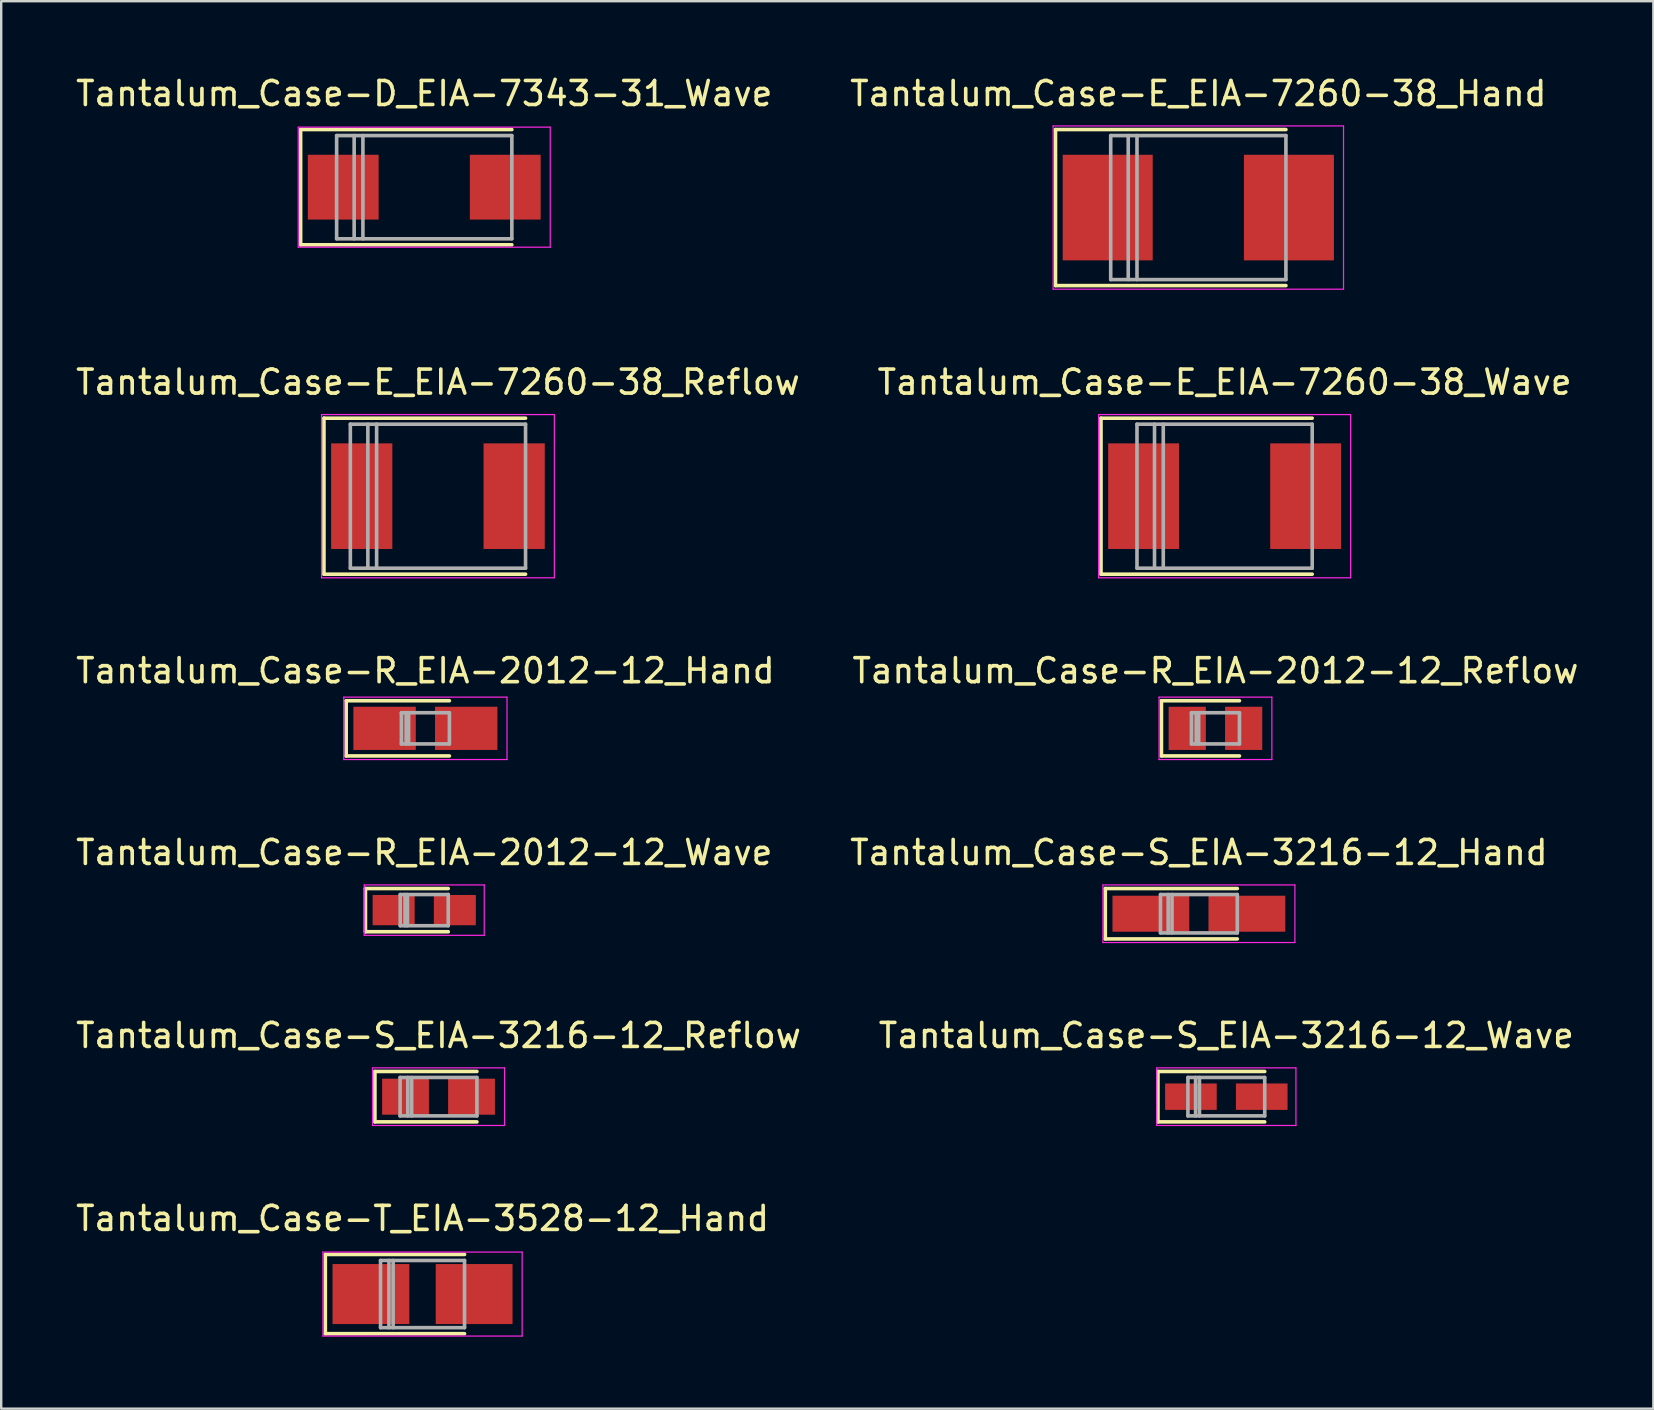
<source format=kicad_pcb>
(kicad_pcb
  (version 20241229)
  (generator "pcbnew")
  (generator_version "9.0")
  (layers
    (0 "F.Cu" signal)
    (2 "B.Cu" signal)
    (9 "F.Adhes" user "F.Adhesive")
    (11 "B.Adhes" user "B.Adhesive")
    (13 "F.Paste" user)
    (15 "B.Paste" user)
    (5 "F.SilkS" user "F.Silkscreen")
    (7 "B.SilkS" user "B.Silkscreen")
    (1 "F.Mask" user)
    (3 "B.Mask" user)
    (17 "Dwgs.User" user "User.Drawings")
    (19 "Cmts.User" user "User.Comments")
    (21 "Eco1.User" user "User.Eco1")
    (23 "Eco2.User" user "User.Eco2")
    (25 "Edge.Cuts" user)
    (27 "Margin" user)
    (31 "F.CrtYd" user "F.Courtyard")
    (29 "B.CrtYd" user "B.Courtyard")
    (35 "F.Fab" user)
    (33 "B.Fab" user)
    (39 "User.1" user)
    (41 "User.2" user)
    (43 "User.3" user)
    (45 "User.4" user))
  (footprint "Tantalum_Case-R_EIA-2012-12_Wave"
    (layer "F.Cu")
    (at 14.625 34.868)
    (property "Reference" "Tantalum_Case-R_EIA-2012-12_Wave" (at 0 -2.4 0) (layer "F.SilkS") (effects (font (size 1 1) (thickness 0.15))))
    (attr smd)
    (fp_line (start -2.45 -0.9) (end -2.45 0.9) (stroke (width 0.15) (type solid)) (layer "F.SilkS"))
    (fp_line (start -2.45 -0.9) (end 1 -0.9) (stroke (width 0.15) (type solid)) (layer "F.SilkS"))
    (fp_line (start -2.45 0.9) (end 1 0.9) (stroke (width 0.15) (type solid)) (layer "F.SilkS"))
    (fp_line (start -2.5 -1.05) (end -2.5 1.05) (stroke (width 0.05) (type solid)) (layer "F.CrtYd"))
    (fp_line (start -2.5 1.05) (end 2.5 1.05) (stroke (width 0.05) (type solid)) (layer "F.CrtYd"))
    (fp_line (start 2.5 -1.05) (end -2.5 -1.05) (stroke (width 0.05) (type solid)) (layer "F.CrtYd"))
    (fp_line (start 2.5 1.05) (end 2.5 -1.05) (stroke (width 0.05) (type solid)) (layer "F.CrtYd"))
    (fp_line (start -1 -0.65) (end -1 0.65) (stroke (width 0.15) (type solid)) (layer "F.Fab"))
    (fp_line (start -1 0.65) (end 1 0.65) (stroke (width 0.15) (type solid)) (layer "F.Fab"))
    (fp_line (start -0.8 -0.65) (end -0.8 0.65) (stroke (width 0.15) (type solid)) (layer "F.Fab"))
    (fp_line (start -0.7 -0.65) (end -0.7 0.65) (stroke (width 0.15) (type solid)) (layer "F.Fab"))
    (fp_line (start 1 -0.65) (end -1 -0.65) (stroke (width 0.15) (type solid)) (layer "F.Fab"))
    (fp_line (start 1 0.65) (end 1 -0.65) (stroke (width 0.15) (type solid)) (layer "F.Fab"))
    (pad "1" smd rect (at -1.275 0) (size 1.75 1.26) (layers "F.Cu" "F.Mask" "F.Paste"))
    (pad "2" smd rect (at 1.275 0) (size 1.75 1.26) (layers "F.Cu" "F.Mask" "F.Paste")))
  (footprint "Tantalum_Case-D_EIA-7343-31_Wave"
    (layer "F.Cu")
    (at 14.625 4.748)
    (property "Reference" "Tantalum_Case-D_EIA-7343-31_Wave" (at 0 -3.9 0) (layer "F.SilkS") (effects (font (size 1 1) (thickness 0.15))))
    (attr smd)
    (fp_line (start -5.15 -2.4) (end -5.15 2.4) (stroke (width 0.15) (type solid)) (layer "F.SilkS"))
    (fp_line (start -5.15 -2.4) (end 3.65 -2.4) (stroke (width 0.15) (type solid)) (layer "F.SilkS"))
    (fp_line (start -5.15 2.4) (end 3.65 2.4) (stroke (width 0.15) (type solid)) (layer "F.SilkS"))
    (fp_line (start -5.25 -2.5) (end -5.25 2.5) (stroke (width 0.05) (type solid)) (layer "F.CrtYd"))
    (fp_line (start -5.25 2.5) (end 5.25 2.5) (stroke (width 0.05) (type solid)) (layer "F.CrtYd"))
    (fp_line (start 5.25 -2.5) (end -5.25 -2.5) (stroke (width 0.05) (type solid)) (layer "F.CrtYd"))
    (fp_line (start 5.25 2.5) (end 5.25 -2.5) (stroke (width 0.05) (type solid)) (layer "F.CrtYd"))
    (fp_line (start -3.65 -2.15) (end -3.65 2.15) (stroke (width 0.15) (type solid)) (layer "F.Fab"))
    (fp_line (start -3.65 2.15) (end 3.65 2.15) (stroke (width 0.15) (type solid)) (layer "F.Fab"))
    (fp_line (start -2.92 -2.15) (end -2.92 2.15) (stroke (width 0.15) (type solid)) (layer "F.Fab"))
    (fp_line (start -2.555 -2.15) (end -2.555 2.15) (stroke (width 0.15) (type solid)) (layer "F.Fab"))
    (fp_line (start 3.65 -2.15) (end -3.65 -2.15) (stroke (width 0.15) (type solid)) (layer "F.Fab"))
    (fp_line (start 3.65 2.15) (end 3.65 -2.15) (stroke (width 0.15) (type solid)) (layer "F.Fab"))
    (pad "1" smd rect (at -3.375 0) (size 2.95 2.7) (layers "F.Cu" "F.Mask" "F.Paste"))
    (pad "2" smd rect (at 3.375 0) (size 2.95 2.7) (layers "F.Cu" "F.Mask" "F.Paste")))
  (footprint "Tantalum_Case-E_EIA-7260-38_Hand"
    (layer "F.Cu")
    (at 46.875 5.598)
    (property "Reference" "Tantalum_Case-E_EIA-7260-38_Hand" (at 0 -4.75 0) (layer "F.SilkS") (effects (font (size 1 1) (thickness 0.15))))
    (attr smd)
    (fp_line (start -5.95 -3.25) (end -5.95 3.25) (stroke (width 0.15) (type solid)) (layer "F.SilkS"))
    (fp_line (start -5.95 -3.25) (end 3.65 -3.25) (stroke (width 0.15) (type solid)) (layer "F.SilkS"))
    (fp_line (start -5.95 3.25) (end 3.65 3.25) (stroke (width 0.15) (type solid)) (layer "F.SilkS"))
    (fp_line (start -6.05 -3.4) (end -6.05 3.4) (stroke (width 0.05) (type solid)) (layer "F.CrtYd"))
    (fp_line (start -6.05 3.4) (end 6.05 3.4) (stroke (width 0.05) (type solid)) (layer "F.CrtYd"))
    (fp_line (start 6.05 -3.4) (end -6.05 -3.4) (stroke (width 0.05) (type solid)) (layer "F.CrtYd"))
    (fp_line (start 6.05 3.4) (end 6.05 -3.4) (stroke (width 0.05) (type solid)) (layer "F.CrtYd"))
    (fp_line (start -3.65 -3) (end -3.65 3) (stroke (width 0.15) (type solid)) (layer "F.Fab"))
    (fp_line (start -3.65 3) (end 3.65 3) (stroke (width 0.15) (type solid)) (layer "F.Fab"))
    (fp_line (start -2.92 -3) (end -2.92 3) (stroke (width 0.15) (type solid)) (layer "F.Fab"))
    (fp_line (start -2.555 -3) (end -2.555 3) (stroke (width 0.15) (type solid)) (layer "F.Fab"))
    (fp_line (start 3.65 -3) (end -3.65 -3) (stroke (width 0.15) (type solid)) (layer "F.Fab"))
    (fp_line (start 3.65 3) (end 3.65 -3) (stroke (width 0.15) (type solid)) (layer "F.Fab"))
    (pad "1" smd rect (at -3.775 0) (size 3.75 4.4) (layers "F.Cu" "F.Mask" "F.Paste"))
    (pad "2" smd rect (at 3.775 0) (size 3.75 4.4) (layers "F.Cu" "F.Mask" "F.Paste")))
  (footprint "Tantalum_Case-S_EIA-3216-12_Reflow"
    (layer "F.Cu")
    (at 15.22 42.641)
    (property "Reference" "Tantalum_Case-S_EIA-3216-12_Reflow" (at 0 -2.55 0) (layer "F.SilkS") (effects (font (size 1 1) (thickness 0.15))))
    (attr smd)
    (fp_line (start -2.65 -1.05) (end -2.65 1.05) (stroke (width 0.15) (type solid)) (layer "F.SilkS"))
    (fp_line (start -2.65 -1.05) (end 1.6 -1.05) (stroke (width 0.15) (type solid)) (layer "F.SilkS"))
    (fp_line (start -2.65 1.05) (end 1.6 1.05) (stroke (width 0.15) (type solid)) (layer "F.SilkS"))
    (fp_line (start -2.75 -1.2) (end -2.75 1.2) (stroke (width 0.05) (type solid)) (layer "F.CrtYd"))
    (fp_line (start -2.75 1.2) (end 2.75 1.2) (stroke (width 0.05) (type solid)) (layer "F.CrtYd"))
    (fp_line (start 2.75 -1.2) (end -2.75 -1.2) (stroke (width 0.05) (type solid)) (layer "F.CrtYd"))
    (fp_line (start 2.75 1.2) (end 2.75 -1.2) (stroke (width 0.05) (type solid)) (layer "F.CrtYd"))
    (fp_line (start -1.6 -0.8) (end -1.6 0.8) (stroke (width 0.15) (type solid)) (layer "F.Fab"))
    (fp_line (start -1.6 0.8) (end 1.6 0.8) (stroke (width 0.15) (type solid)) (layer "F.Fab"))
    (fp_line (start -1.28 -0.8) (end -1.28 0.8) (stroke (width 0.15) (type solid)) (layer "F.Fab"))
    (fp_line (start -1.12 -0.8) (end -1.12 0.8) (stroke (width 0.15) (type solid)) (layer "F.Fab"))
    (fp_line (start 1.6 -0.8) (end -1.6 -0.8) (stroke (width 0.15) (type solid)) (layer "F.Fab"))
    (fp_line (start 1.6 0.8) (end 1.6 -0.8) (stroke (width 0.15) (type solid)) (layer "F.Fab"))
    (pad "1" smd rect (at -1.375 0) (size 1.95 1.5) (layers "F.Cu" "F.Mask" "F.Paste"))
    (pad "2" smd rect (at 1.375 0) (size 1.95 1.5) (layers "F.Cu" "F.Mask" "F.Paste")))
  (footprint "Tantalum_Case-S_EIA-3216-12_Wave"
    (layer "F.Cu")
    (at 48.042 42.641)
    (property "Reference" "Tantalum_Case-S_EIA-3216-12_Wave" (at 0 -2.55 0) (layer "F.SilkS") (effects (font (size 1 1) (thickness 0.15))))
    (attr smd)
    (fp_line (start -2.85 -1.05) (end -2.85 1.05) (stroke (width 0.15) (type solid)) (layer "F.SilkS"))
    (fp_line (start -2.85 -1.05) (end 1.6 -1.05) (stroke (width 0.15) (type solid)) (layer "F.SilkS"))
    (fp_line (start -2.85 1.05) (end 1.6 1.05) (stroke (width 0.15) (type solid)) (layer "F.SilkS"))
    (fp_line (start -2.9 -1.2) (end -2.9 1.2) (stroke (width 0.05) (type solid)) (layer "F.CrtYd"))
    (fp_line (start -2.9 1.2) (end 2.9 1.2) (stroke (width 0.05) (type solid)) (layer "F.CrtYd"))
    (fp_line (start 2.9 -1.2) (end -2.9 -1.2) (stroke (width 0.05) (type solid)) (layer "F.CrtYd"))
    (fp_line (start 2.9 1.2) (end 2.9 -1.2) (stroke (width 0.05) (type solid)) (layer "F.CrtYd"))
    (fp_line (start -1.6 -0.8) (end -1.6 0.8) (stroke (width 0.15) (type solid)) (layer "F.Fab"))
    (fp_line (start -1.6 0.8) (end 1.6 0.8) (stroke (width 0.15) (type solid)) (layer "F.Fab"))
    (fp_line (start -1.28 -0.8) (end -1.28 0.8) (stroke (width 0.15) (type solid)) (layer "F.Fab"))
    (fp_line (start -1.12 -0.8) (end -1.12 0.8) (stroke (width 0.15) (type solid)) (layer "F.Fab"))
    (fp_line (start 1.6 -0.8) (end -1.6 -0.8) (stroke (width 0.15) (type solid)) (layer "F.Fab"))
    (fp_line (start 1.6 0.8) (end 1.6 -0.8) (stroke (width 0.15) (type solid)) (layer "F.Fab"))
    (pad "1" smd rect (at -1.475 0) (size 2.15 1.1) (layers "F.Cu" "F.Mask" "F.Paste"))
    (pad "2" smd rect (at 1.475 0) (size 2.15 1.1) (layers "F.Cu" "F.Mask" "F.Paste")))
  (footprint "Tantalum_Case-T_EIA-3528-12_Hand"
    (layer "F.Cu")
    (at 14.554 50.864)
    (property "Reference" "Tantalum_Case-T_EIA-3528-12_Hand" (at 0 -3.15 0) (layer "F.SilkS") (effects (font (size 1 1) (thickness 0.15))))
    (attr smd)
    (fp_line (start -4.05 -1.65) (end -4.05 1.65) (stroke (width 0.15) (type solid)) (layer "F.SilkS"))
    (fp_line (start -4.05 -1.65) (end 1.75 -1.65) (stroke (width 0.15) (type solid)) (layer "F.SilkS"))
    (fp_line (start -4.05 1.65) (end 1.75 1.65) (stroke (width 0.15) (type solid)) (layer "F.SilkS"))
    (fp_line (start -4.15 -1.75) (end -4.15 1.75) (stroke (width 0.05) (type solid)) (layer "F.CrtYd"))
    (fp_line (start -4.15 1.75) (end 4.15 1.75) (stroke (width 0.05) (type solid)) (layer "F.CrtYd"))
    (fp_line (start 4.15 -1.75) (end -4.15 -1.75) (stroke (width 0.05) (type solid)) (layer "F.CrtYd"))
    (fp_line (start 4.15 1.75) (end 4.15 -1.75) (stroke (width 0.05) (type solid)) (layer "F.CrtYd"))
    (fp_line (start -1.75 -1.4) (end -1.75 1.4) (stroke (width 0.15) (type solid)) (layer "F.Fab"))
    (fp_line (start -1.75 1.4) (end 1.75 1.4) (stroke (width 0.15) (type solid)) (layer "F.Fab"))
    (fp_line (start -1.4 -1.4) (end -1.4 1.4) (stroke (width 0.15) (type solid)) (layer "F.Fab"))
    (fp_line (start -1.225 -1.4) (end -1.225 1.4) (stroke (width 0.15) (type solid)) (layer "F.Fab"))
    (fp_line (start 1.75 -1.4) (end -1.75 -1.4) (stroke (width 0.15) (type solid)) (layer "F.Fab"))
    (fp_line (start 1.75 1.4) (end 1.75 -1.4) (stroke (width 0.15) (type solid)) (layer "F.Fab"))
    (pad "1" smd rect (at -2.15 0) (size 3.2 2.5) (layers "F.Cu" "F.Mask" "F.Paste"))
    (pad "2" smd rect (at 2.15 0) (size 3.2 2.5) (layers "F.Cu" "F.Mask" "F.Paste")))
  (footprint "Tantalum_Case-E_EIA-7260-38_Reflow"
    (layer "F.Cu")
    (at 15.196 17.622)
    (property "Reference" "Tantalum_Case-E_EIA-7260-38_Reflow" (at 0 -4.75 0) (layer "F.SilkS") (effects (font (size 1 1) (thickness 0.15))))
    (attr smd)
    (fp_line (start -4.75 -3.25) (end -4.75 3.25) (stroke (width 0.15) (type solid)) (layer "F.SilkS"))
    (fp_line (start -4.75 -3.25) (end 3.65 -3.25) (stroke (width 0.15) (type solid)) (layer "F.SilkS"))
    (fp_line (start -4.75 3.25) (end 3.65 3.25) (stroke (width 0.15) (type solid)) (layer "F.SilkS"))
    (fp_line (start -4.85 -3.4) (end -4.85 3.4) (stroke (width 0.05) (type solid)) (layer "F.CrtYd"))
    (fp_line (start -4.85 3.4) (end 4.85 3.4) (stroke (width 0.05) (type solid)) (layer "F.CrtYd"))
    (fp_line (start 4.85 -3.4) (end -4.85 -3.4) (stroke (width 0.05) (type solid)) (layer "F.CrtYd"))
    (fp_line (start 4.85 3.4) (end 4.85 -3.4) (stroke (width 0.05) (type solid)) (layer "F.CrtYd"))
    (fp_line (start -3.65 -3) (end -3.65 3) (stroke (width 0.15) (type solid)) (layer "F.Fab"))
    (fp_line (start -3.65 3) (end 3.65 3) (stroke (width 0.15) (type solid)) (layer "F.Fab"))
    (fp_line (start -2.92 -3) (end -2.92 3) (stroke (width 0.15) (type solid)) (layer "F.Fab"))
    (fp_line (start -2.555 -3) (end -2.555 3) (stroke (width 0.15) (type solid)) (layer "F.Fab"))
    (fp_line (start 3.65 -3) (end -3.65 -3) (stroke (width 0.15) (type solid)) (layer "F.Fab"))
    (fp_line (start 3.65 3) (end 3.65 -3) (stroke (width 0.15) (type solid)) (layer "F.Fab"))
    (pad "1" smd rect (at -3.175 0) (size 2.55 4.4) (layers "F.Cu" "F.Mask" "F.Paste"))
    (pad "2" smd rect (at 3.175 0) (size 2.55 4.4) (layers "F.Cu" "F.Mask" "F.Paste")))
  (footprint "Tantalum_Case-R_EIA-2012-12_Hand"
    (layer "F.Cu")
    (at 14.673 27.295)
    (property "Reference" "Tantalum_Case-R_EIA-2012-12_Hand" (at 0 -2.4 0) (layer "F.SilkS") (effects (font (size 1 1) (thickness 0.15))))
    (attr smd)
    (fp_line (start -3.3 -1.15) (end -3.3 1.15) (stroke (width 0.15) (type solid)) (layer "F.SilkS"))
    (fp_line (start -3.3 -1.15) (end 1 -1.15) (stroke (width 0.15) (type solid)) (layer "F.SilkS"))
    (fp_line (start -3.3 1.15) (end 1 1.15) (stroke (width 0.15) (type solid)) (layer "F.SilkS"))
    (fp_line (start -3.4 -1.3) (end -3.4 1.3) (stroke (width 0.05) (type solid)) (layer "F.CrtYd"))
    (fp_line (start -3.4 1.3) (end 3.4 1.3) (stroke (width 0.05) (type solid)) (layer "F.CrtYd"))
    (fp_line (start 3.4 -1.3) (end -3.4 -1.3) (stroke (width 0.05) (type solid)) (layer "F.CrtYd"))
    (fp_line (start 3.4 1.3) (end 3.4 -1.3) (stroke (width 0.05) (type solid)) (layer "F.CrtYd"))
    (fp_line (start -1 -0.65) (end -1 0.65) (stroke (width 0.15) (type solid)) (layer "F.Fab"))
    (fp_line (start -1 0.65) (end 1 0.65) (stroke (width 0.15) (type solid)) (layer "F.Fab"))
    (fp_line (start -0.8 -0.65) (end -0.8 0.65) (stroke (width 0.15) (type solid)) (layer "F.Fab"))
    (fp_line (start -0.7 -0.65) (end -0.7 0.65) (stroke (width 0.15) (type solid)) (layer "F.Fab"))
    (fp_line (start 1 -0.65) (end -1 -0.65) (stroke (width 0.15) (type solid)) (layer "F.Fab"))
    (fp_line (start 1 0.65) (end 1 -0.65) (stroke (width 0.15) (type solid)) (layer "F.Fab"))
    (pad "1" smd rect (at -1.7 0) (size 2.6 1.8) (layers "F.Cu" "F.Mask" "F.Paste"))
    (pad "2" smd rect (at 1.7 0) (size 2.6 1.8) (layers "F.Cu" "F.Mask" "F.Paste")))
  (footprint "Tantalum_Case-R_EIA-2012-12_Reflow"
    (layer "F.Cu")
    (at 47.589 27.295)
    (property "Reference" "Tantalum_Case-R_EIA-2012-12_Reflow" (at 0 -2.4 0) (layer "F.SilkS") (effects (font (size 1 1) (thickness 0.15))))
    (attr smd)
    (fp_line (start -2.25 -1.15) (end -2.25 1.15) (stroke (width 0.15) (type solid)) (layer "F.SilkS"))
    (fp_line (start -2.25 -1.15) (end 1 -1.15) (stroke (width 0.15) (type solid)) (layer "F.SilkS"))
    (fp_line (start -2.25 1.15) (end 1 1.15) (stroke (width 0.15) (type solid)) (layer "F.SilkS"))
    (fp_line (start -2.35 -1.3) (end -2.35 1.3) (stroke (width 0.05) (type solid)) (layer "F.CrtYd"))
    (fp_line (start -2.35 1.3) (end 2.35 1.3) (stroke (width 0.05) (type solid)) (layer "F.CrtYd"))
    (fp_line (start 2.35 -1.3) (end -2.35 -1.3) (stroke (width 0.05) (type solid)) (layer "F.CrtYd"))
    (fp_line (start 2.35 1.3) (end 2.35 -1.3) (stroke (width 0.05) (type solid)) (layer "F.CrtYd"))
    (fp_line (start -1 -0.65) (end -1 0.65) (stroke (width 0.15) (type solid)) (layer "F.Fab"))
    (fp_line (start -1 0.65) (end 1 0.65) (stroke (width 0.15) (type solid)) (layer "F.Fab"))
    (fp_line (start -0.8 -0.65) (end -0.8 0.65) (stroke (width 0.15) (type solid)) (layer "F.Fab"))
    (fp_line (start -0.7 -0.65) (end -0.7 0.65) (stroke (width 0.15) (type solid)) (layer "F.Fab"))
    (fp_line (start 1 -0.65) (end -1 -0.65) (stroke (width 0.15) (type solid)) (layer "F.Fab"))
    (fp_line (start 1 0.65) (end 1 -0.65) (stroke (width 0.15) (type solid)) (layer "F.Fab"))
    (pad "1" smd rect (at -1.175 0) (size 1.55 1.8) (layers "F.Cu" "F.Mask" "F.Paste"))
    (pad "2" smd rect (at 1.175 0) (size 1.55 1.8) (layers "F.Cu" "F.Mask" "F.Paste")))
  (footprint "Tantalum_Case-E_EIA-7260-38_Wave"
    (layer "F.Cu")
    (at 47.97 17.622)
    (property "Reference" "Tantalum_Case-E_EIA-7260-38_Wave" (at 0 -4.75 0) (layer "F.SilkS") (effects (font (size 1 1) (thickness 0.15))))
    (attr smd)
    (fp_line (start -5.15 -3.25) (end -5.15 3.25) (stroke (width 0.15) (type solid)) (layer "F.SilkS"))
    (fp_line (start -5.15 -3.25) (end 3.65 -3.25) (stroke (width 0.15) (type solid)) (layer "F.SilkS"))
    (fp_line (start -5.15 3.25) (end 3.65 3.25) (stroke (width 0.15) (type solid)) (layer "F.SilkS"))
    (fp_line (start -5.25 -3.4) (end -5.25 3.4) (stroke (width 0.05) (type solid)) (layer "F.CrtYd"))
    (fp_line (start -5.25 3.4) (end 5.25 3.4) (stroke (width 0.05) (type solid)) (layer "F.CrtYd"))
    (fp_line (start 5.25 -3.4) (end -5.25 -3.4) (stroke (width 0.05) (type solid)) (layer "F.CrtYd"))
    (fp_line (start 5.25 3.4) (end 5.25 -3.4) (stroke (width 0.05) (type solid)) (layer "F.CrtYd"))
    (fp_line (start -3.65 -3) (end -3.65 3) (stroke (width 0.15) (type solid)) (layer "F.Fab"))
    (fp_line (start -3.65 3) (end 3.65 3) (stroke (width 0.15) (type solid)) (layer "F.Fab"))
    (fp_line (start -2.92 -3) (end -2.92 3) (stroke (width 0.15) (type solid)) (layer "F.Fab"))
    (fp_line (start -2.555 -3) (end -2.555 3) (stroke (width 0.15) (type solid)) (layer "F.Fab"))
    (fp_line (start 3.65 -3) (end -3.65 -3) (stroke (width 0.15) (type solid)) (layer "F.Fab"))
    (fp_line (start 3.65 3) (end 3.65 -3) (stroke (width 0.15) (type solid)) (layer "F.Fab"))
    (pad "1" smd rect (at -3.375 0) (size 2.95 4.4) (layers "F.Cu" "F.Mask" "F.Paste"))
    (pad "2" smd rect (at 3.375 0) (size 2.95 4.4) (layers "F.Cu" "F.Mask" "F.Paste")))
  (footprint "Tantalum_Case-S_EIA-3216-12_Hand"
    (layer "F.Cu")
    (at 46.899 35.018)
    (property "Reference" "Tantalum_Case-S_EIA-3216-12_Hand" (at 0 -2.55 0) (layer "F.SilkS") (effects (font (size 1 1) (thickness 0.15))))
    (attr smd)
    (fp_line (start -3.9 -1.05) (end -3.9 1.05) (stroke (width 0.15) (type solid)) (layer "F.SilkS"))
    (fp_line (start -3.9 -1.05) (end 1.6 -1.05) (stroke (width 0.15) (type solid)) (layer "F.SilkS"))
    (fp_line (start -3.9 1.05) (end 1.6 1.05) (stroke (width 0.15) (type solid)) (layer "F.SilkS"))
    (fp_line (start -4 -1.2) (end -4 1.2) (stroke (width 0.05) (type solid)) (layer "F.CrtYd"))
    (fp_line (start -4 1.2) (end 4 1.2) (stroke (width 0.05) (type solid)) (layer "F.CrtYd"))
    (fp_line (start 4 -1.2) (end -4 -1.2) (stroke (width 0.05) (type solid)) (layer "F.CrtYd"))
    (fp_line (start 4 1.2) (end 4 -1.2) (stroke (width 0.05) (type solid)) (layer "F.CrtYd"))
    (fp_line (start -1.6 -0.8) (end -1.6 0.8) (stroke (width 0.15) (type solid)) (layer "F.Fab"))
    (fp_line (start -1.6 0.8) (end 1.6 0.8) (stroke (width 0.15) (type solid)) (layer "F.Fab"))
    (fp_line (start -1.28 -0.8) (end -1.28 0.8) (stroke (width 0.15) (type solid)) (layer "F.Fab"))
    (fp_line (start -1.12 -0.8) (end -1.12 0.8) (stroke (width 0.15) (type solid)) (layer "F.Fab"))
    (fp_line (start 1.6 -0.8) (end -1.6 -0.8) (stroke (width 0.15) (type solid)) (layer "F.Fab"))
    (fp_line (start 1.6 0.8) (end 1.6 -0.8) (stroke (width 0.15) (type solid)) (layer "F.Fab"))
    (pad "1" smd rect (at -2 0) (size 3.2 1.5) (layers "F.Cu" "F.Mask" "F.Paste"))
    (pad "2" smd rect (at 2 0) (size 3.2 1.5) (layers "F.Cu" "F.Mask" "F.Paste")))
  (gr_rect
    (start -3 -3)
    (end 65.833 55.639)
    (stroke (width 0.1) (type default))
    (fill no)
    (layer "Edge.Cuts")))
</source>
